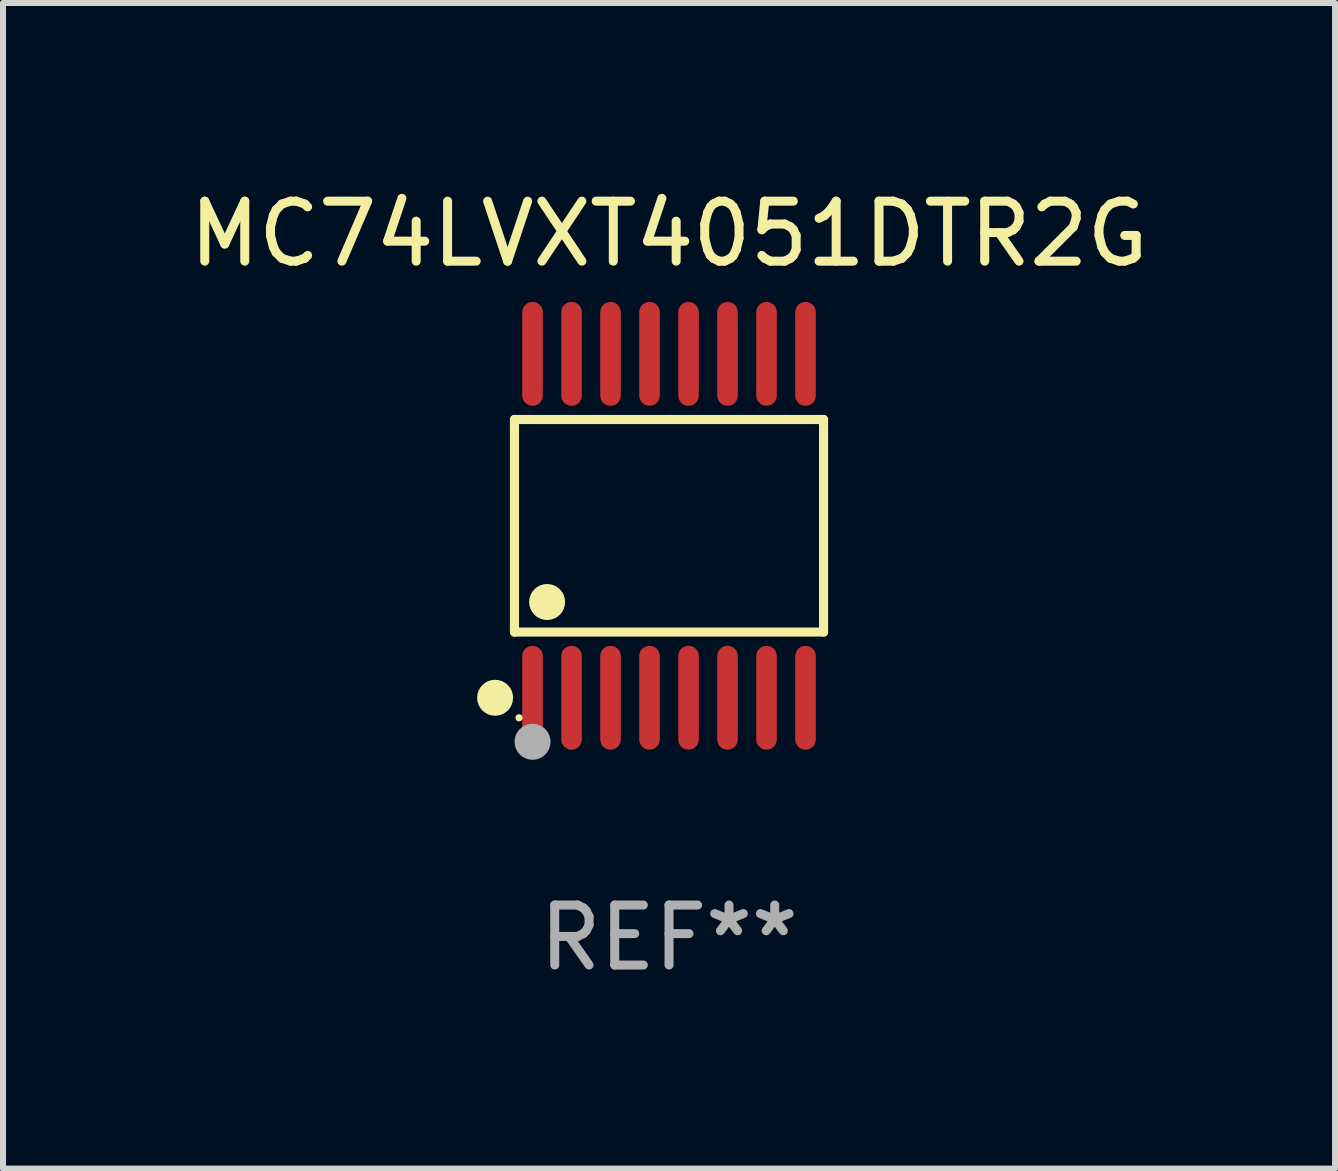
<source format=kicad_pcb>
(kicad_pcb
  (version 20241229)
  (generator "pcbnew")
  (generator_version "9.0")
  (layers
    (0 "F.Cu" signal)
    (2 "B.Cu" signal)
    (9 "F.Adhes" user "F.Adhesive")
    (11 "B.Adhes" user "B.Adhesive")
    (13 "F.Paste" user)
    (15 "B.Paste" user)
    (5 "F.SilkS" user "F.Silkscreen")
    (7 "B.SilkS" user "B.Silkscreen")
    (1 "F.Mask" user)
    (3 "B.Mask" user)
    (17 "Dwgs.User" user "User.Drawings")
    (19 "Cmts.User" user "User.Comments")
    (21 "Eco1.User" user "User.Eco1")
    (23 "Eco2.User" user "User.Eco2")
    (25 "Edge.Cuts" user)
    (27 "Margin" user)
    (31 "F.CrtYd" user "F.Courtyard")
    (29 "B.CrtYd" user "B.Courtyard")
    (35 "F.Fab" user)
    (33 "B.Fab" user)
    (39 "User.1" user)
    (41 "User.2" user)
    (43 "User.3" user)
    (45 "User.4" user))
  (footprint "MC74LVXT4051DTR2G"
    (layer "F.Cu")
    (at 8.101 5.714)
    (property "Reference" "MC74LVXT4051DTR2G" (at 0 -4.866 0) (layer "F.SilkS") (effects (font (size 1 1) (thickness 0.15))))
    (attr through_hole)
    (fp_line (start -2.576 -1.772) (end 2.576 -1.772) (stroke (width 0.152) (type solid)) (layer "F.SilkS"))
    (fp_line (start -2.576 1.771) (end -2.576 -1.772) (stroke (width 0.152) (type solid)) (layer "F.SilkS"))
    (fp_line (start 2.576 -1.772) (end 2.576 1.771) (stroke (width 0.152) (type solid)) (layer "F.SilkS"))
    (fp_line (start 2.576 1.771) (end -2.576 1.771) (stroke (width 0.152) (type solid)) (layer "F.SilkS"))
    (fp_circle (center -2.899 2.866) (end -2.749 2.866) (stroke (width 0.3) (type solid)) (fill no) (layer "F.SilkS"))
    (fp_circle (center -2.5 3.2) (end -2.47 3.2) (stroke (width 0.06) (type solid)) (fill no) (layer "F.SilkS"))
    (fp_circle (center -2.032 1.27) (end -1.882 1.27) (stroke (width 0.3) (type solid)) (fill no) (layer "F.SilkS"))
    (fp_circle (center -2.275 3.6) (end -2.125 3.6) (stroke (width 0.3) (type solid)) (fill no) (layer "F.Fab"))
    (fp_text user "REF**" (at 0 6.866 0) (layer "F.Fab") (effects (font (size 1 1) (thickness 0.15))))
    (pad "1" smd oval (at -2.275 2.866) (size 0.343 1.731) (layers "F.Cu" "F.Mask" "F.Paste"))
    (pad "2" smd oval (at -1.625 2.866) (size 0.343 1.731) (layers "F.Cu" "F.Mask" "F.Paste"))
    (pad "3" smd oval (at -0.975 2.866) (size 0.343 1.731) (layers "F.Cu" "F.Mask" "F.Paste"))
    (pad "4" smd oval (at -0.325 2.866) (size 0.343 1.731) (layers "F.Cu" "F.Mask" "F.Paste"))
    (pad "5" smd oval (at 0.325 2.866) (size 0.343 1.731) (layers "F.Cu" "F.Mask" "F.Paste"))
    (pad "6" smd oval (at 0.975 2.866) (size 0.343 1.731) (layers "F.Cu" "F.Mask" "F.Paste"))
    (pad "7" smd oval (at 1.625 2.866) (size 0.343 1.731) (layers "F.Cu" "F.Mask" "F.Paste"))
    (pad "8" smd oval (at 2.275 2.866) (size 0.343 1.731) (layers "F.Cu" "F.Mask" "F.Paste"))
    (pad "9" smd oval (at 2.275 -2.866) (size 0.343 1.731) (layers "F.Cu" "F.Mask" "F.Paste"))
    (pad "10" smd oval (at 1.625 -2.866) (size 0.343 1.731) (layers "F.Cu" "F.Mask" "F.Paste"))
    (pad "11" smd oval (at 0.975 -2.866) (size 0.343 1.731) (layers "F.Cu" "F.Mask" "F.Paste"))
    (pad "12" smd oval (at 0.325 -2.866) (size 0.343 1.731) (layers "F.Cu" "F.Mask" "F.Paste"))
    (pad "13" smd oval (at -0.325 -2.866) (size 0.343 1.731) (layers "F.Cu" "F.Mask" "F.Paste"))
    (pad "14" smd oval (at -0.975 -2.866) (size 0.343 1.731) (layers "F.Cu" "F.Mask" "F.Paste"))
    (pad "15" smd oval (at -1.625 -2.866) (size 0.343 1.731) (layers "F.Cu" "F.Mask" "F.Paste"))
    (pad "16" smd oval (at -2.275 -2.866) (size 0.343 1.731) (layers "F.Cu" "F.Mask" "F.Paste")))
  (gr_rect
    (start -3 -3)
    (end 19.202 16.428)
    (stroke (width 0.1) (type default))
    (fill no)
    (layer "Edge.Cuts")))
</source>
